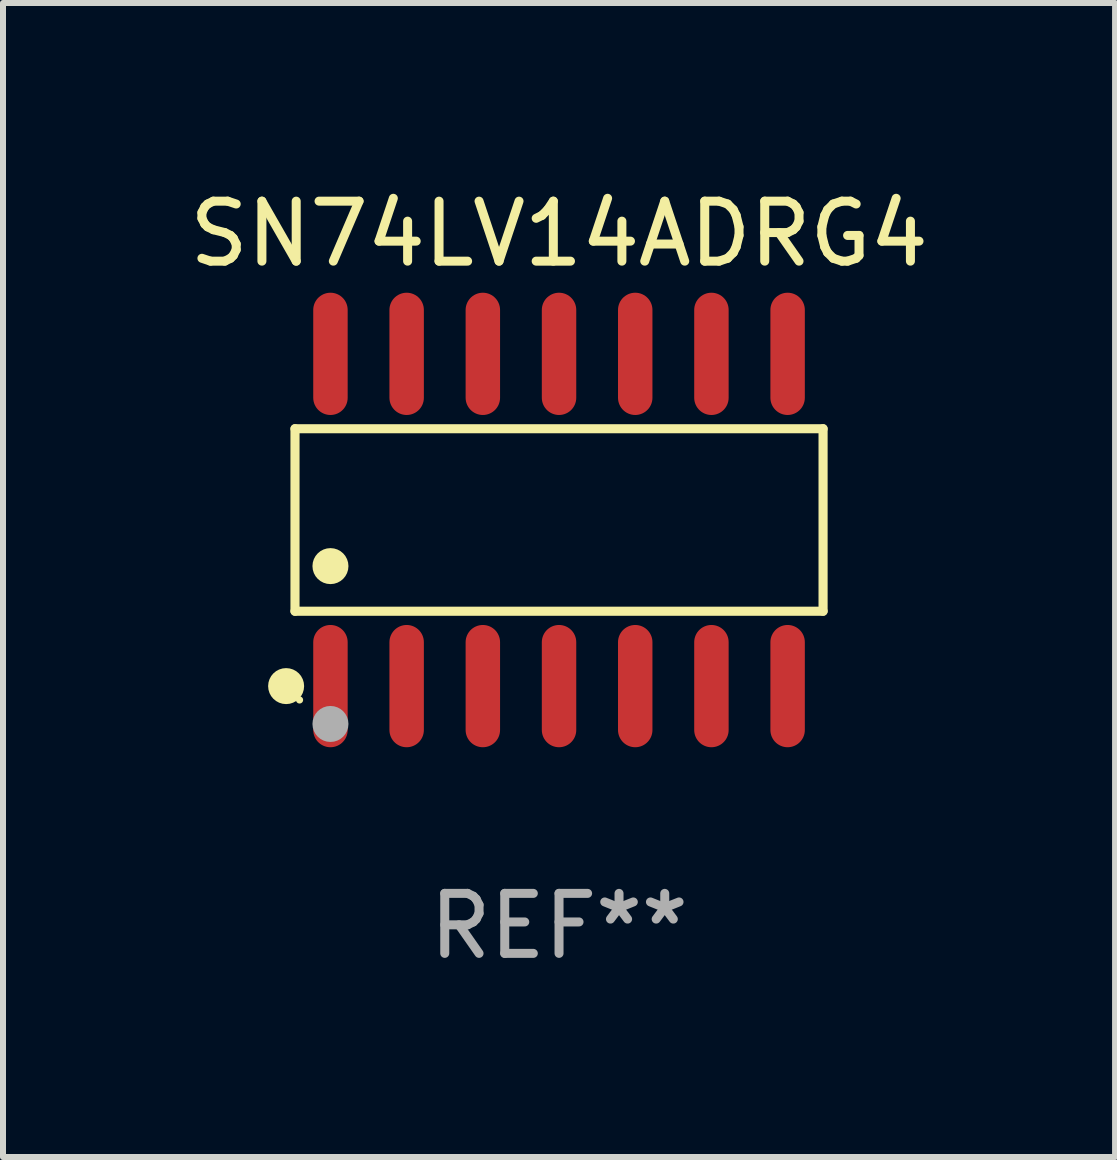
<source format=kicad_pcb>
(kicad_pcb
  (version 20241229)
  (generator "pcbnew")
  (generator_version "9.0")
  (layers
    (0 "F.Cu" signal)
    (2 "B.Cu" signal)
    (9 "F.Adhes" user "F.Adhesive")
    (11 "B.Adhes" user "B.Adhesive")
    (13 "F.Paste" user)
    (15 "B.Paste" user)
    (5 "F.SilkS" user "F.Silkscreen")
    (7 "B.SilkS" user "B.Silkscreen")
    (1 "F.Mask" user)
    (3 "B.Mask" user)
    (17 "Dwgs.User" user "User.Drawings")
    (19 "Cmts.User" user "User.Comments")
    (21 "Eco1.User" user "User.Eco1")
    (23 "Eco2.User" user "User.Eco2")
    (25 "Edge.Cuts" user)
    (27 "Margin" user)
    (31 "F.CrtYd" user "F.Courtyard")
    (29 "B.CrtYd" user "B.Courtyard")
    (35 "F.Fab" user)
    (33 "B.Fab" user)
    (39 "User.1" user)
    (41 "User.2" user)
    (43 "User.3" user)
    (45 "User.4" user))
  (footprint "SN74LV14ADRG4"
    (layer "F.Cu")
    (at 6.268 5.617)
    (property "Reference" "SN74LV14ADRG4" (at 0 -4.769 0) (layer "F.SilkS") (effects (font (size 1 1) (thickness 0.15))))
    (attr through_hole)
    (fp_line (start -4.401 -1.521) (end 4.401 -1.521) (stroke (width 0.152) (type solid)) (layer "F.SilkS"))
    (fp_line (start -4.401 1.521) (end -4.401 -1.521) (stroke (width 0.152) (type solid)) (layer "F.SilkS"))
    (fp_line (start 4.401 -1.521) (end 4.401 1.521) (stroke (width 0.152) (type solid)) (layer "F.SilkS"))
    (fp_line (start 4.401 1.521) (end -4.401 1.521) (stroke (width 0.152) (type solid)) (layer "F.SilkS"))
    (fp_circle (center -4.549 2.769) (end -4.399 2.769) (stroke (width 0.3) (type solid)) (fill no) (layer "F.SilkS"))
    (fp_circle (center -4.325 3) (end -4.295 3) (stroke (width 0.06) (type solid)) (fill no) (layer "F.SilkS"))
    (fp_circle (center -3.81 0.769) (end -3.66 0.769) (stroke (width 0.3) (type solid)) (fill no) (layer "F.SilkS"))
    (fp_circle (center -3.81 3.4) (end -3.66 3.4) (stroke (width 0.3) (type solid)) (fill no) (layer "F.Fab"))
    (fp_text user "REF**" (at 0 6.769 0) (layer "F.Fab") (effects (font (size 1 1) (thickness 0.15))))
    (pad "1" smd oval (at -3.81 2.769) (size 0.574 2.038) (layers "F.Cu" "F.Mask" "F.Paste"))
    (pad "2" smd oval (at -2.54 2.769) (size 0.574 2.038) (layers "F.Cu" "F.Mask" "F.Paste"))
    (pad "3" smd oval (at -1.27 2.769) (size 0.574 2.038) (layers "F.Cu" "F.Mask" "F.Paste"))
    (pad "4" smd oval (at 0 2.769) (size 0.574 2.038) (layers "F.Cu" "F.Mask" "F.Paste"))
    (pad "5" smd oval (at 1.27 2.769) (size 0.574 2.038) (layers "F.Cu" "F.Mask" "F.Paste"))
    (pad "6" smd oval (at 2.54 2.769) (size 0.574 2.038) (layers "F.Cu" "F.Mask" "F.Paste"))
    (pad "7" smd oval (at 3.81 2.769) (size 0.574 2.038) (layers "F.Cu" "F.Mask" "F.Paste"))
    (pad "8" smd oval (at 3.81 -2.769) (size 0.574 2.038) (layers "F.Cu" "F.Mask" "F.Paste"))
    (pad "9" smd oval (at 2.54 -2.769) (size 0.574 2.038) (layers "F.Cu" "F.Mask" "F.Paste"))
    (pad "10" smd oval (at 1.27 -2.769) (size 0.574 2.038) (layers "F.Cu" "F.Mask" "F.Paste"))
    (pad "11" smd oval (at 0 -2.769) (size 0.574 2.038) (layers "F.Cu" "F.Mask" "F.Paste"))
    (pad "12" smd oval (at -1.27 -2.769) (size 0.574 2.038) (layers "F.Cu" "F.Mask" "F.Paste"))
    (pad "13" smd oval (at -2.54 -2.769) (size 0.574 2.038) (layers "F.Cu" "F.Mask" "F.Paste"))
    (pad "14" smd oval (at -3.81 -2.769) (size 0.574 2.038) (layers "F.Cu" "F.Mask" "F.Paste")))
  (gr_rect
    (start -3 -3)
    (end 15.536 16.235)
    (stroke (width 0.1) (type default))
    (fill no)
    (layer "Edge.Cuts")))
</source>
